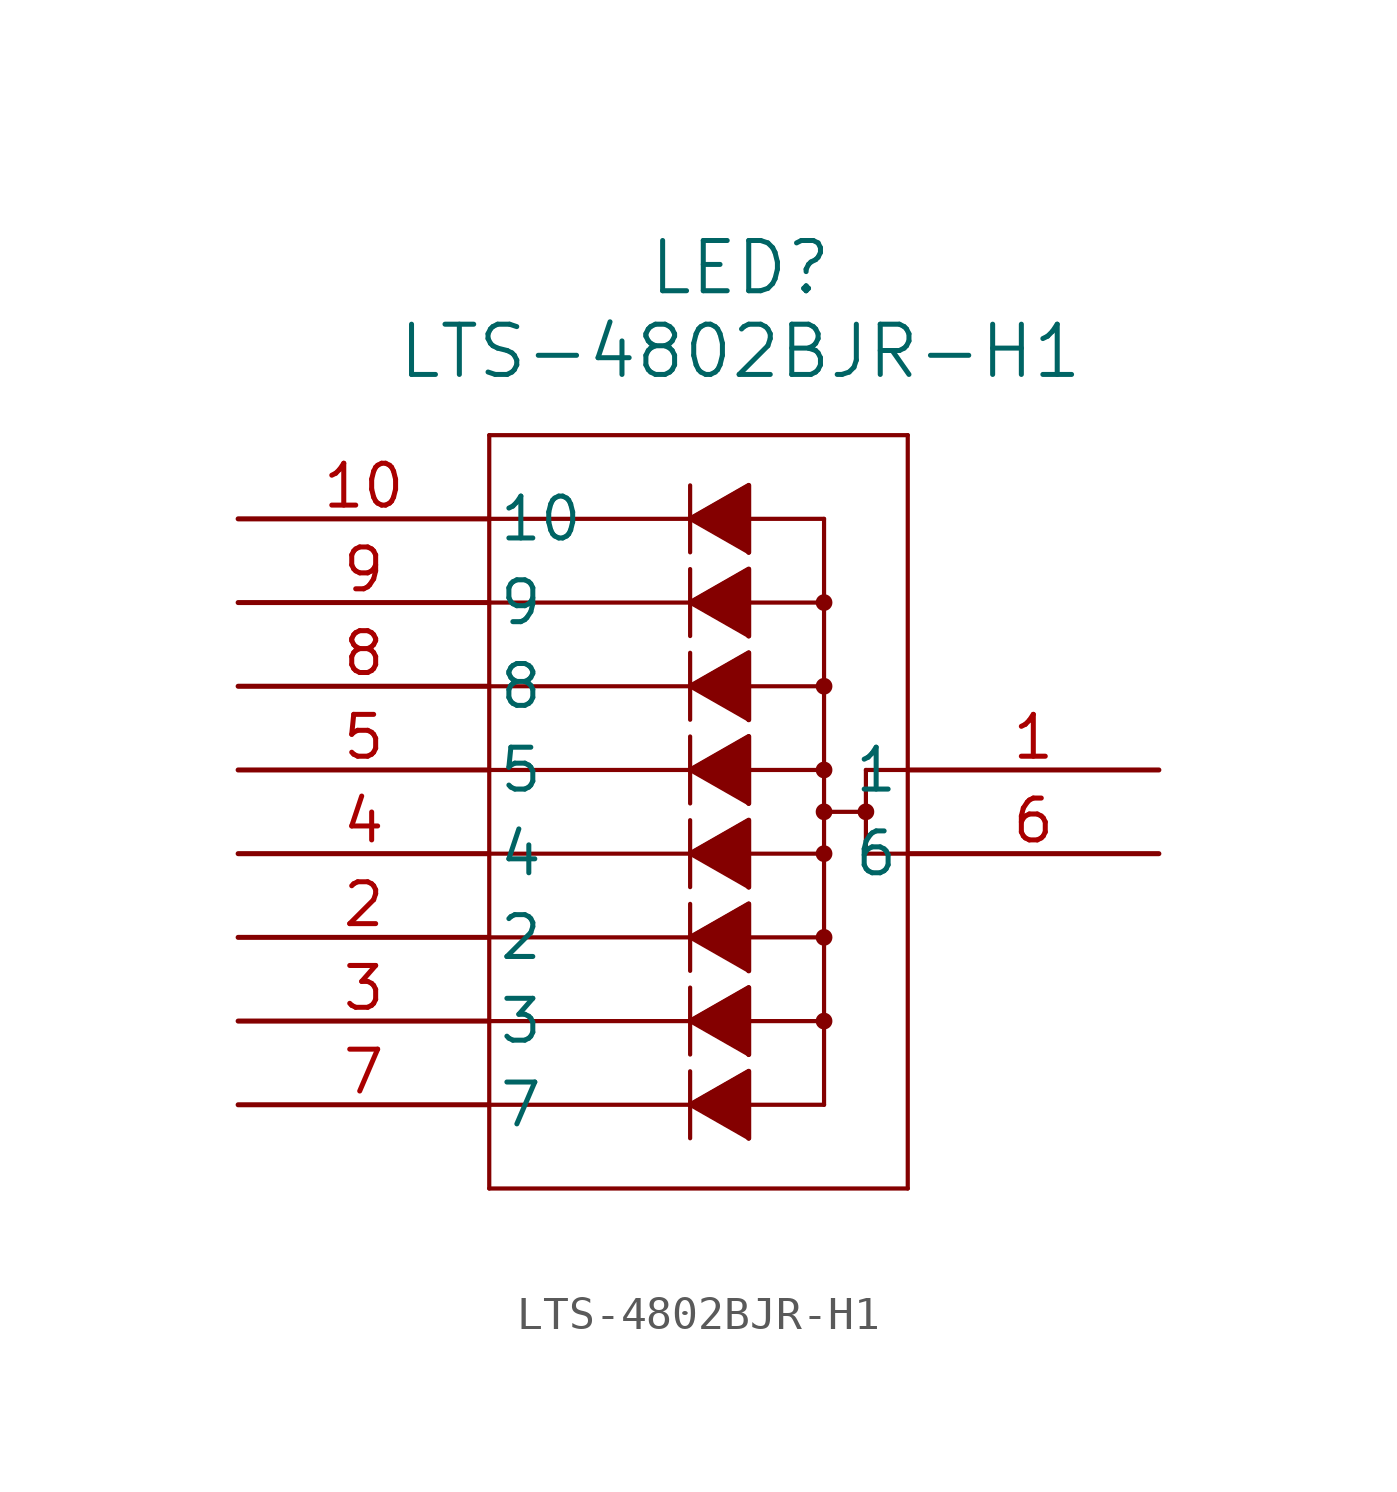
<source format=kicad_sym>
(kicad_symbol_lib
  (version 20211014)
  (generator kicad_symbol_editor)
  (symbol "LTS-4802BJR-H1"
    (pin_names
      (offset 0.254))
    (property "Reference" "LED"
      (at 15.24 7.62 0)
      (effects (font (size 1.524 1.524))))
    (property "Value" "LTS-4802BJR-H1"
      (at 15.24 5.08 0)
      (effects (font (size 1.524 1.524))))
    (symbol "LTS-4802BJR-H1_0_1"
      (polyline (pts (xy 7.62 2.54) (xy 7.62 -20.32)) (stroke (width 0.127) (type default) (color 0 0 0 0)) (fill (type none)))
      (polyline (pts (xy 7.62 -20.32) (xy 20.32 -20.32)) (stroke (width 0.127) (type default) (color 0 0 0 0)) (fill (type none)))
      (polyline (pts (xy 20.32 -20.32) (xy 20.32 2.54)) (stroke (width 0.127) (type default) (color 0 0 0 0)) (fill (type none)))
      (polyline (pts (xy 20.32 2.54) (xy 7.62 2.54)) (stroke (width 0.127) (type default) (color 0 0 0 0)) (fill (type none)))
      (polyline (pts (xy 7.62 0) (xy 17.78 0)) (stroke (width 0.127) (type default) (color 0 0 0 0)) (fill (type none)))
      (circle (center 19.05 -8.89) (radius 0.127) (stroke (width 0.254) (type default) (color 0 0 0 0)) (fill (type none)))
      (polyline (pts (xy 19.05 -7.62) (xy 19.05 -10.16)) (stroke (width 0.127) (type default) (color 0 0 0 0)) (fill (type none)))
      (polyline (pts (xy 19.05 -10.16) (xy 20.32 -10.16)) (stroke (width 0.127) (type default) (color 0 0 0 0)) (fill (type none)))
      (polyline (pts (xy 13.716 -17.78) (xy 15.494 -16.764)) (stroke (width 0.127) (type default) (color 0 0 0 0)) (fill (type none)))
      (polyline (pts (xy 13.716 -17.78) (xy 15.494 -18.796)) (stroke (width 0.127) (type default) (color 0 0 0 0)) (fill (type none)))
      (polyline (pts (xy 13.716 -18.796) (xy 13.716 -16.764)) (stroke (width 0.127) (type default) (color 0 0 0 0)) (fill (type none)))
      (polyline (pts (xy 13.716 -15.24) (xy 15.494 -14.224)) (stroke (width 0.127) (type default) (color 0 0 0 0)) (fill (type none)))
      (polyline (pts (xy 13.716 -15.24) (xy 15.494 -16.256)) (stroke (width 0.127) (type default) (color 0 0 0 0)) (fill (type none)))
      (polyline (pts (xy 15.494 -16.256) (xy 15.494 -14.224)) (stroke (width 0.127) (type default) (color 0 0 0 0)) (fill (type none)))
      (polyline (pts (xy 13.716 -12.7) (xy 15.494 -11.684)) (stroke (width 0.127) (type default) (color 0 0 0 0)) (fill (type none)))
      (polyline (pts (xy 13.716 -12.7) (xy 15.494 -13.716)) (stroke (width 0.127) (type default) (color 0 0 0 0)) (fill (type none)))
      (polyline (pts (xy 15.494 -13.716) (xy 15.494 -11.684)) (stroke (width 0.127) (type default) (color 0 0 0 0)) (fill (type none)))
      (polyline (pts (xy 13.716 -13.716) (xy 13.716 -11.684)) (stroke (width 0.127) (type default) (color 0 0 0 0)) (fill (type none)))
      (polyline (pts (xy 13.716 -10.16) (xy 15.494 -9.144)) (stroke (width 0.127) (type default) (color 0 0 0 0)) (fill (type none)))
      (polyline (pts (xy 7.62 -2.54) (xy 17.78 -2.54)) (stroke (width 0.127) (type default) (color 0 0 0 0)) (fill (type none)))
      (polyline (pts (xy 13.716 -10.16) (xy 15.494 -11.176)) (stroke (width 0.127) (type default) (color 0 0 0 0)) (fill (type none)))
      (polyline (pts (xy 15.494 -11.176) (xy 15.494 -9.144)) (stroke (width 0.127) (type default) (color 0 0 0 0)) (fill (type none)))
      (polyline (pts (xy 13.716 -11.176) (xy 13.716 -9.144)) (stroke (width 0.127) (type default) (color 0 0 0 0)) (fill (type none)))
      (polyline (pts (xy 7.62 -5.08) (xy 17.78 -5.08)) (stroke (width 0.127) (type default) (color 0 0 0 0)) (fill (type none)))
      (polyline (pts (xy 13.716 -7.62) (xy 15.494 -6.604)) (stroke (width 0.127) (type default) (color 0 0 0 0)) (fill (type none)))
      (polyline (pts (xy 13.716 -7.62) (xy 15.494 -8.636)) (stroke (width 0.127) (type default) (color 0 0 0 0)) (fill (type none)))
      (polyline (pts (xy 15.494 -8.636) (xy 15.494 -6.604)) (stroke (width 0.127) (type default) (color 0 0 0 0)) (fill (type none)))
      (polyline (pts (xy 13.716 -8.636) (xy 13.716 -6.604)) (stroke (width 0.127) (type default) (color 0 0 0 0)) (fill (type none)))
      (polyline (pts (xy 7.62 -7.62) (xy 17.78 -7.62)) (stroke (width 0.127) (type default) (color 0 0 0 0)) (fill (type none)))
      (polyline (pts (xy 15.494 -6.096) (xy 15.494 -4.064)) (stroke (width 0.127) (type default) (color 0 0 0 0)) (fill (type none)))
      (polyline (pts (xy 13.716 -6.096) (xy 13.716 -4.064)) (stroke (width 0.127) (type default) (color 0 0 0 0)) (fill (type none)))
      (polyline (pts (xy 13.716 -2.54) (xy 15.494 -1.524)) (stroke (width 0.127) (type default) (color 0 0 0 0)) (fill (type none)))
      (polyline (pts (xy 13.716 -2.54) (xy 15.494 -3.556)) (stroke (width 0.127) (type default) (color 0 0 0 0)) (fill (type none)))
      (polyline (pts (xy 7.62 -10.16) (xy 17.78 -10.16)) (stroke (width 0.127) (type default) (color 0 0 0 0)) (fill (type none)))
      (polyline (pts (xy 15.494 -3.556) (xy 15.494 -1.524)) (stroke (width 0.127) (type default) (color 0 0 0 0)) (fill (type none)))
      (polyline (pts (xy 13.716 -3.556) (xy 13.716 -1.524)) (stroke (width 0.127) (type default) (color 0 0 0 0)) (fill (type none)))
      (polyline (pts (xy 13.716 0) (xy 15.494 1.016)) (stroke (width 0.127) (type default) (color 0 0 0 0)) (fill (type none)))
      (polyline (pts (xy 13.716 0) (xy 15.494 -1.016)) (stroke (width 0.127) (type default) (color 0 0 0 0)) (fill (type none)))
      (circle (center 17.78 -2.54) (radius 0.127) (stroke (width 0.254) (type default) (color 0 0 0 0)) (fill (type none)))
      (circle (center 17.78 -5.08) (radius 0.127) (stroke (width 0.254) (type default) (color 0 0 0 0)) (fill (type none)))
      (polyline (pts (xy 7.62 -15.24) (xy 17.78 -15.24)) (stroke (width 0.127) (type default) (color 0 0 0 0)) (fill (type none)))
      (circle (center 17.78 -7.62) (radius 0.127) (stroke (width 0.254) (type default) (color 0 0 0 0)) (fill (type none)))
      (circle (center 17.78 -10.16) (radius 0.127) (stroke (width 0.254) (type default) (color 0 0 0 0)) (fill (type none)))
      (circle (center 17.78 -12.7) (radius 0.127) (stroke (width 0.254) (type default) (color 0 0 0 0)) (fill (type none)))
      (circle (center 17.78 -15.24) (radius 0.127) (stroke (width 0.254) (type default) (color 0 0 0 0)) (fill (type none)))
      (polyline (pts (xy 7.62 -17.78) (xy 17.78 -17.78)) (stroke (width 0.127) (type default) (color 0 0 0 0)) (fill (type none)))
      (polyline (pts (xy 17.78 0) (xy 17.78 -17.78)) (stroke (width 0.127) (type default) (color 0 0 0 0)) (fill (type none)))
      (polyline (pts (xy 15.494 -18.796) (xy 15.494 -16.764)) (stroke (width 0.127) (type default) (color 0 0 0 0)) (fill (type none)))
      (polyline (pts (xy 13.716 -16.256) (xy 13.716 -14.224)) (stroke (width 0.127) (type default) (color 0 0 0 0)) (fill (type none)))
      (polyline (pts (xy 13.716 -5.08) (xy 15.494 -4.064)) (stroke (width 0.127) (type default) (color 0 0 0 0)) (fill (type none)))
      (polyline (pts (xy 13.716 -5.08) (xy 15.494 -6.096)) (stroke (width 0.127) (type default) (color 0 0 0 0)) (fill (type none)))
      (polyline (pts (xy 15.494 -1.016) (xy 15.494 1.016)) (stroke (width 0.127) (type default) (color 0 0 0 0)) (fill (type none)))
      (polyline (pts (xy 13.716 -1.016) (xy 13.716 1.016)) (stroke (width 0.127) (type default) (color 0 0 0 0)) (fill (type none)))
      (circle (center 17.78 -8.89) (radius 0.127) (stroke (width 0.254) (type default) (color 0 0 0 0)) (fill (type none)))
      (polyline (pts (xy 19.05 -7.62) (xy 20.32 -7.62)) (stroke (width 0.127) (type default) (color 0 0 0 0)) (fill (type none)))
      (polyline (pts (xy 15.494 -18.796) (xy 15.494 -16.764) (xy 13.716 -17.78)) (stroke (width 0) (type default) (color 0 0 0 0)) (fill (type outline)))
      (polyline (pts (xy 15.494 -16.256) (xy 15.494 -14.224) (xy 13.716 -15.24)) (stroke (width 0) (type default) (color 0 0 0 0)) (fill (type outline)))
      (polyline (pts (xy 7.62 -12.7) (xy 17.78 -12.7)) (stroke (width 0.127) (type default) (color 0 0 0 0)) (fill (type none)))
      (polyline (pts (xy 15.494 -13.716) (xy 15.494 -11.684) (xy 13.716 -12.7)) (stroke (width 0) (type default) (color 0 0 0 0)) (fill (type outline)))
      (polyline (pts (xy 15.494 -11.176) (xy 15.494 -9.144) (xy 13.716 -10.16)) (stroke (width 0) (type default) (color 0 0 0 0)) (fill (type outline)))
      (polyline (pts (xy 15.494 -8.636) (xy 15.494 -6.604) (xy 13.716 -7.62)) (stroke (width 0) (type default) (color 0 0 0 0)) (fill (type outline)))
      (polyline (pts (xy 15.494 -6.096) (xy 15.494 -4.064) (xy 13.716 -5.08)) (stroke (width 0) (type default) (color 0 0 0 0)) (fill (type outline)))
      (polyline (pts (xy 15.494 -3.556) (xy 15.494 -1.524) (xy 13.716 -2.54)) (stroke (width 0) (type default) (color 0 0 0 0)) (fill (type outline)))
      (polyline (pts (xy 15.494 -1.016) (xy 15.494 1.016) (xy 13.716 0)) (stroke (width 0) (type default) (color 0 0 0 0)) (fill (type outline)))
      (polyline (pts (xy 17.78 -8.89) (xy 19.05 -8.89)) (stroke (width 0.127) (type default) (color 0 0 0 0)) (fill (type none)))
      (pin unspecified line (at 27.94 -7.62 180) (length 7.62) (name "1" (effects (font (size 1.27 1.27)))) (number "1" (effects (font (size 1.27 1.27)))))
      (pin unspecified line (at 0 -12.7 0) (length 7.62) (name "2" (effects (font (size 1.27 1.27)))) (number "2" (effects (font (size 1.27 1.27)))))
      (pin unspecified line (at 0 -15.24 0) (length 7.62) (name "3" (effects (font (size 1.27 1.27)))) (number "3" (effects (font (size 1.27 1.27)))))
      (pin unspecified line (at 0 -10.16 0) (length 7.62) (name "4" (effects (font (size 1.27 1.27)))) (number "4" (effects (font (size 1.27 1.27)))))
      (pin unspecified line (at 0 -7.62 0) (length 7.62) (name "5" (effects (font (size 1.27 1.27)))) (number "5" (effects (font (size 1.27 1.27)))))
      (pin unspecified line (at 27.94 -10.16 180) (length 7.62) (name "6" (effects (font (size 1.27 1.27)))) (number "6" (effects (font (size 1.27 1.27)))))
      (pin unspecified line (at 0 -17.78 0) (length 7.62) (name "7" (effects (font (size 1.27 1.27)))) (number "7" (effects (font (size 1.27 1.27)))))
      (pin unspecified line (at 0 -5.08 0) (length 7.62) (name "8" (effects (font (size 1.27 1.27)))) (number "8" (effects (font (size 1.27 1.27)))))
      (pin unspecified line (at 0 -2.54 0) (length 7.62) (name "9" (effects (font (size 1.27 1.27)))) (number "9" (effects (font (size 1.27 1.27)))))
      (pin unspecified line (at 0 0 0) (length 7.62) (name "10" (effects (font (size 1.27 1.27)))) (number "10" (effects (font (size 1.27 1.27))))))))
</source>
